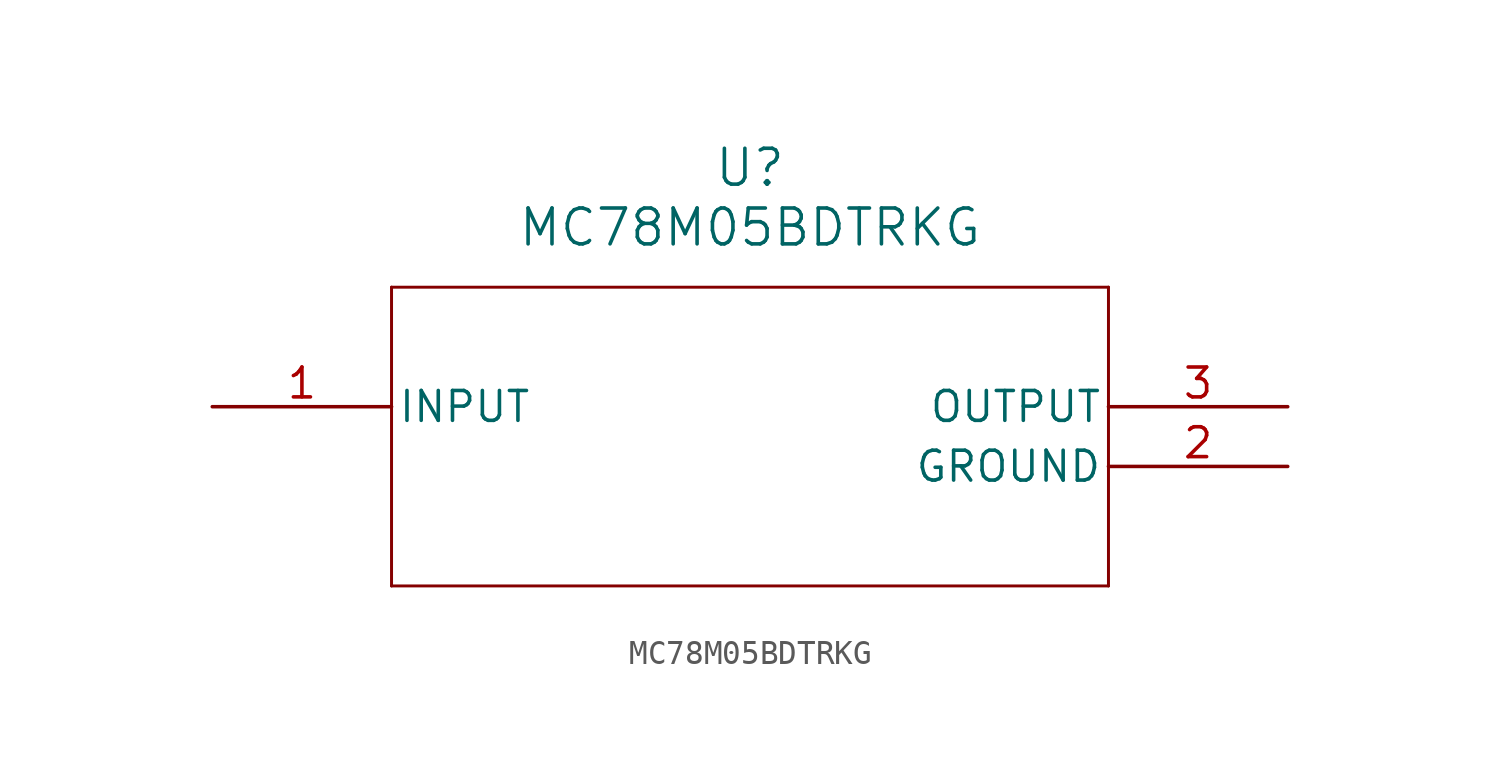
<source format=kicad_sym>
(kicad_symbol_lib
  (version 20211014)
  (generator kicad_symbol_editor)
  (symbol "MC78M05BDTRKG"
    (pin_names
      (offset 0.254))
    (property "Reference" "U"
      (at 22.86 10.16 0)
      (effects (font (size 1.524 1.524))))
    (property "Value" "MC78M05BDTRKG"
      (at 22.86 7.62 0)
      (effects (font (size 1.524 1.524))))
    (symbol "MC78M05BDTRKG_0_1"
      (polyline (pts (xy 7.62 5.08) (xy 7.62 -7.62)) (stroke (width 0.127) (type default) (color 0 0 0 0)) (fill (type none)))
      (polyline (pts (xy 7.62 -7.62) (xy 38.1 -7.62)) (stroke (width 0.127) (type default) (color 0 0 0 0)) (fill (type none)))
      (polyline (pts (xy 38.1 -7.62) (xy 38.1 5.08)) (stroke (width 0.127) (type default) (color 0 0 0 0)) (fill (type none)))
      (polyline (pts (xy 38.1 5.08) (xy 7.62 5.08)) (stroke (width 0.127) (type default) (color 0 0 0 0)) (fill (type none)))
      (pin input line (at 0 0 0) (length 7.62) (name "INPUT" (effects (font (size 1.27 1.27)))) (number "1" (effects (font (size 1.27 1.27)))))
      (pin power_in line (at 45.72 -2.54 180) (length 7.62) (name "GROUND" (effects (font (size 1.27 1.27)))) (number "2" (effects (font (size 1.27 1.27)))))
      (pin output line (at 45.72 0 180) (length 7.62) (name "OUTPUT" (effects (font (size 1.27 1.27)))) (number "3" (effects (font (size 1.27 1.27))))))))
</source>
